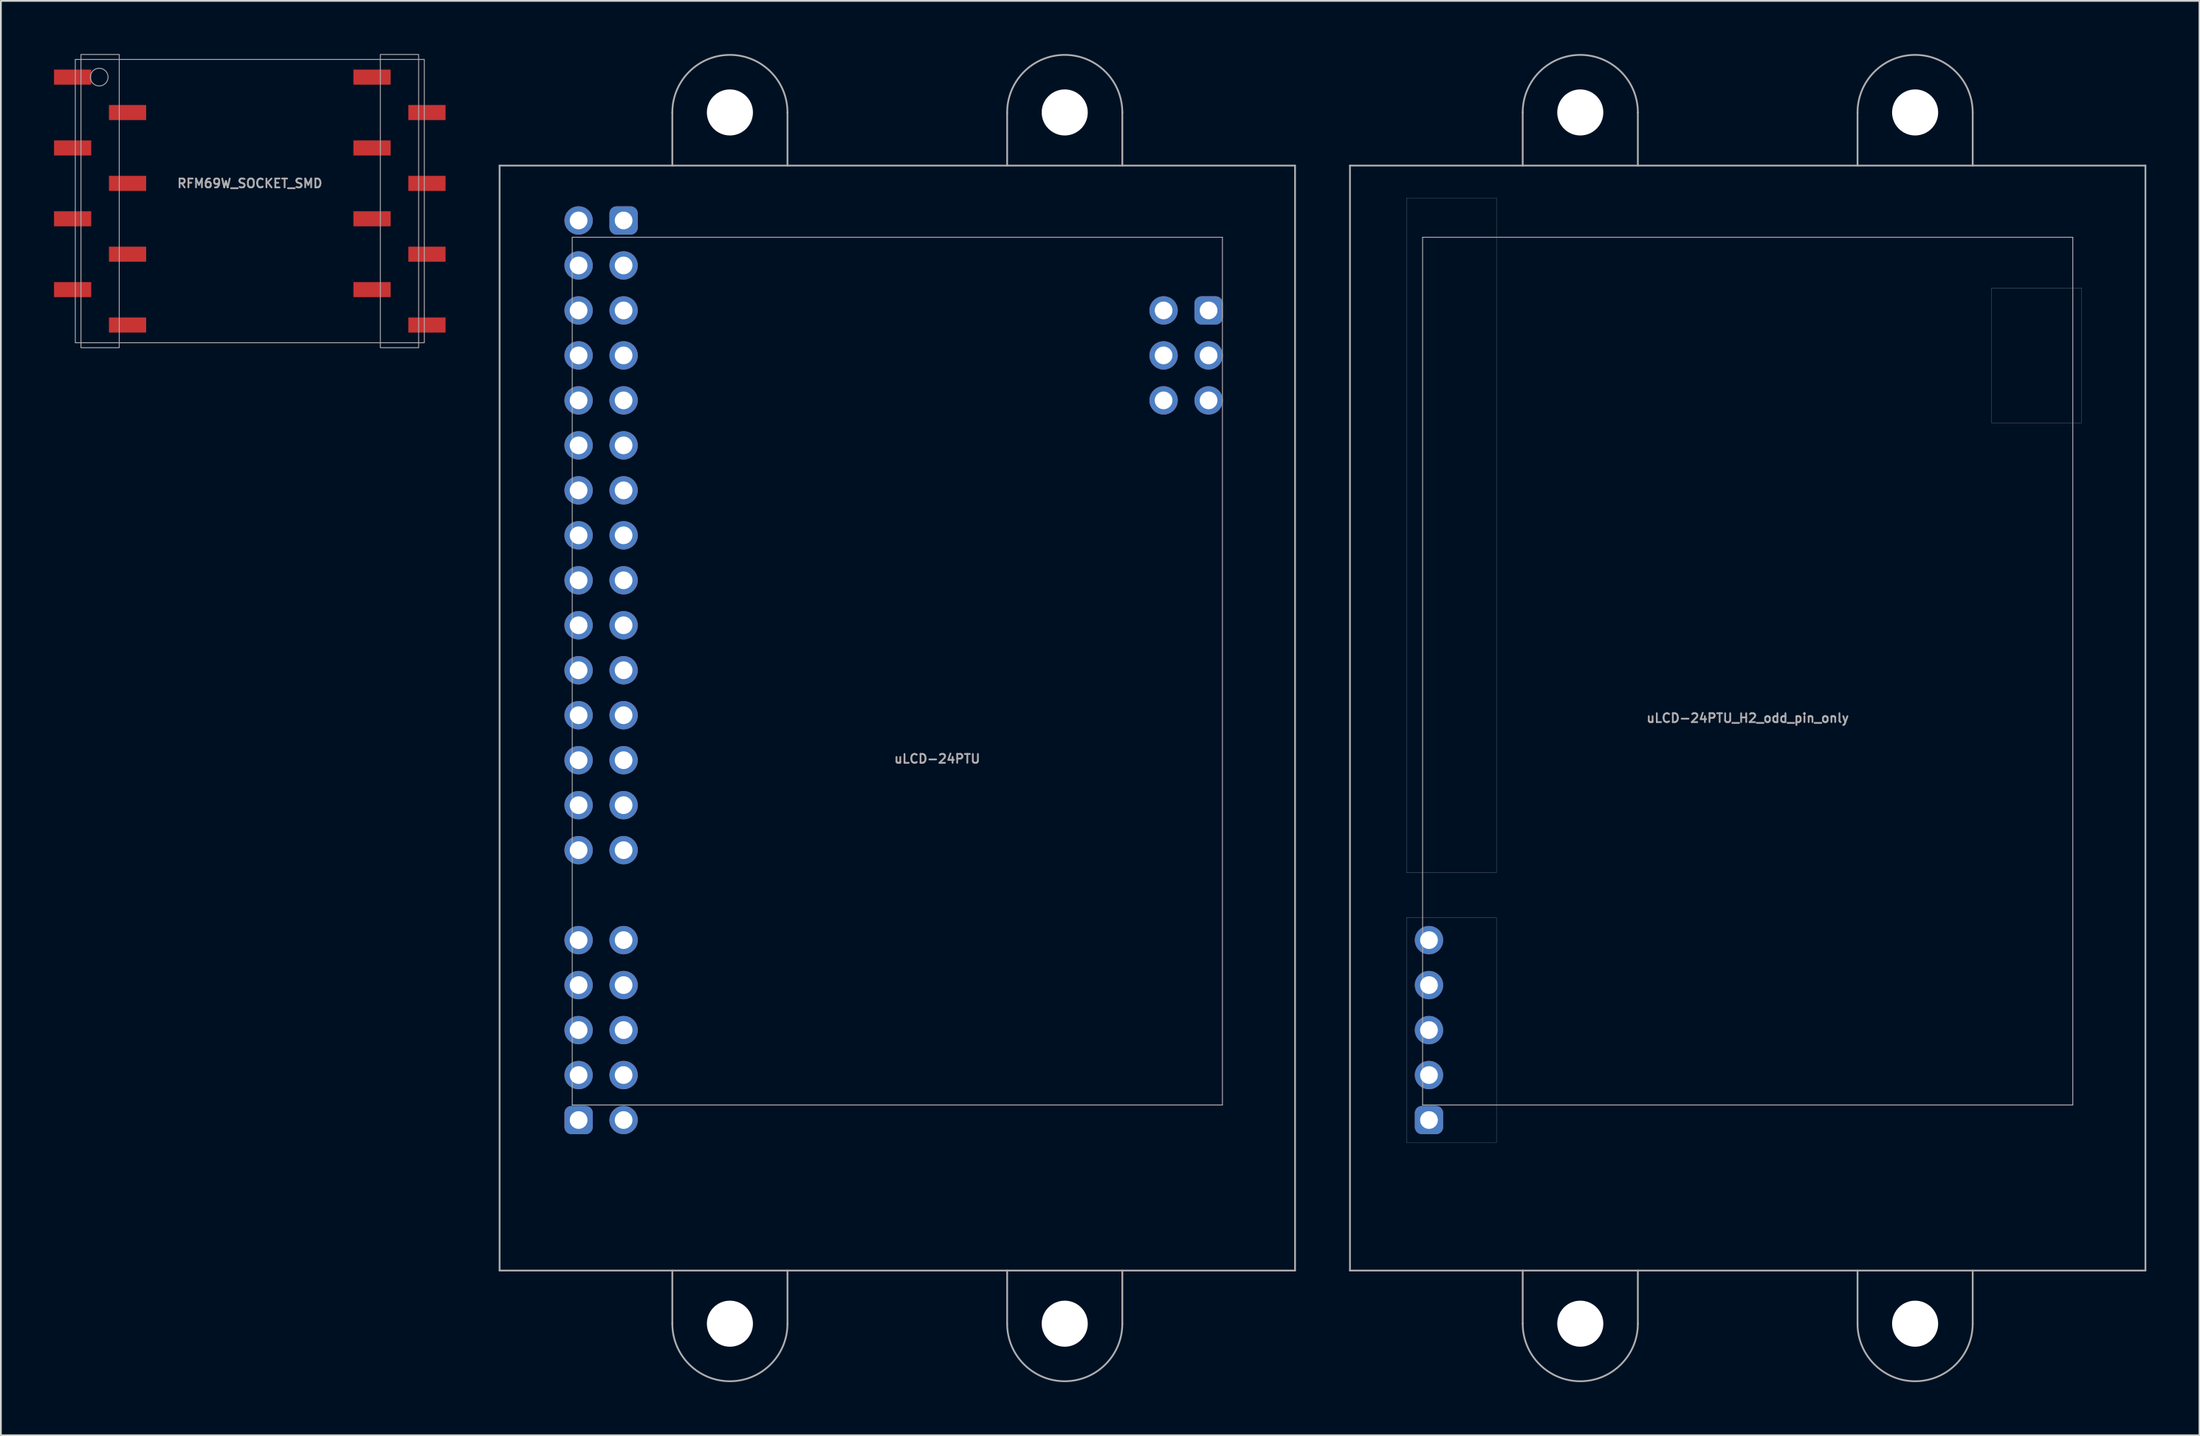
<source format=kicad_pcb>
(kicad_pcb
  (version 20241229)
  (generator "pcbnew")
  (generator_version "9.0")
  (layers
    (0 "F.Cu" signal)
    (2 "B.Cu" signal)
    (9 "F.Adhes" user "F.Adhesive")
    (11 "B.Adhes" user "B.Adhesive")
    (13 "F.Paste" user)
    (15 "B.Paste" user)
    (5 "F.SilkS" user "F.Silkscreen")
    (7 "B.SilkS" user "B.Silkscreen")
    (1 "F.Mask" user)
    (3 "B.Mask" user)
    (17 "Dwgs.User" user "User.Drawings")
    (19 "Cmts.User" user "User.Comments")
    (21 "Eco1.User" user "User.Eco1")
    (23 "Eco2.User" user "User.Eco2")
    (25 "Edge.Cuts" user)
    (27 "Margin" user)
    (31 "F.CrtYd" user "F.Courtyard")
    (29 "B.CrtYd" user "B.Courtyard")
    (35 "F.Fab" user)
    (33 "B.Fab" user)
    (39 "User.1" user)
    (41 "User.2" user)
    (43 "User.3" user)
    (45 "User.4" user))
  (footprint "uLCD-24PTU_H2_odd_pin_only"
    (layer "F.Cu")
    (at 95.6 37.5)
    (property "Reference" "uLCD-24PTU_H2_odd_pin_only" (at 0 0 0) (layer "F.Fab") (effects (font (size 0.5 0.5) (thickness 0.1))))
    (attr through_hole)
    (fp_line (start -22.45 -31.2) (end 22.45 -31.2) (stroke (width 0.1) (type solid)) (layer "F.Fab"))
    (fp_line (start -22.45 31.2) (end -22.45 -31.2) (stroke (width 0.1) (type solid)) (layer "F.Fab"))
    (fp_line (start -19.26 -29.37) (end -14.18 -29.37) (stroke (width 0.01) (type solid)) (layer "F.Fab"))
    (fp_line (start -19.26 -29.37) (end -19.26 8.73) (stroke (width 0.01) (type solid)) (layer "F.Fab"))
    (fp_line (start -19.26 8.73) (end -14.18 8.73) (stroke (width 0.01) (type solid)) (layer "F.Fab"))
    (fp_line (start -19.26 11.27) (end -14.18 11.27) (stroke (width 0.01) (type solid)) (layer "F.Fab"))
    (fp_line (start -19.26 23.97) (end -19.26 11.27) (stroke (width 0.01) (type solid)) (layer "F.Fab"))
    (fp_line (start -18.35 -27.15) (end 18.35 -27.15) (stroke (width 0.05) (type solid)) (layer "F.Fab"))
    (fp_line (start -18.35 21.85) (end -18.35 -27.15) (stroke (width 0.05) (type solid)) (layer "F.Fab"))
    (fp_line (start -14.18 -29.37) (end -14.18 8.73) (stroke (width 0.01) (type solid)) (layer "F.Fab"))
    (fp_line (start -14.18 11.27) (end -14.18 23.97) (stroke (width 0.01) (type solid)) (layer "F.Fab"))
    (fp_line (start -14.18 23.97) (end -19.26 23.97) (stroke (width 0.01) (type solid)) (layer "F.Fab"))
    (fp_line (start -12.7 -34.2) (end -12.7 -31.2) (stroke (width 0.1) (type solid)) (layer "F.Fab"))
    (fp_line (start -12.7 34.2) (end -12.7 31.2) (stroke (width 0.1) (type solid)) (layer "F.Fab"))
    (fp_line (start -6.2 -34.2) (end -6.2 -31.2) (stroke (width 0.1) (type solid)) (layer "F.Fab"))
    (fp_line (start -6.2 34.2) (end -6.2 31.2) (stroke (width 0.1) (type solid)) (layer "F.Fab"))
    (fp_line (start 6.2 -34.2) (end 6.2 -31.2) (stroke (width 0.1) (type solid)) (layer "F.Fab"))
    (fp_line (start 6.2 34.2) (end 6.2 31.2) (stroke (width 0.1) (type solid)) (layer "F.Fab"))
    (fp_line (start 12.7 -34.2) (end 12.7 -31.2) (stroke (width 0.1) (type solid)) (layer "F.Fab"))
    (fp_line (start 12.7 34.2) (end 12.7 31.2) (stroke (width 0.1) (type solid)) (layer "F.Fab"))
    (fp_line (start 13.76 -24.29) (end 18.84 -24.29) (stroke (width 0.01) (type solid)) (layer "F.Fab"))
    (fp_line (start 13.76 -16.67) (end 13.76 -24.29) (stroke (width 0.01) (type solid)) (layer "F.Fab"))
    (fp_line (start 18.35 -27.15) (end 18.35 21.85) (stroke (width 0.05) (type solid)) (layer "F.Fab"))
    (fp_line (start 18.35 21.85) (end -18.35 21.85) (stroke (width 0.05) (type solid)) (layer "F.Fab"))
    (fp_line (start 18.84 -24.29) (end 18.84 -16.67) (stroke (width 0.01) (type solid)) (layer "F.Fab"))
    (fp_line (start 18.84 -16.67) (end 13.76 -16.67) (stroke (width 0.01) (type solid)) (layer "F.Fab"))
    (fp_line (start 22.45 -31.2) (end 22.45 31.2) (stroke (width 0.1) (type solid)) (layer "F.Fab"))
    (fp_line (start 22.45 31.2) (end -22.45 31.2) (stroke (width 0.1) (type solid)) (layer "F.Fab"))
    (fp_arc (start -12.7 -34.2) (mid -9.45 -37.45) (end -6.2 -34.2) (stroke (width 0.1) (type solid)) (layer "F.Fab"))
    (fp_arc (start -6.2 34.2) (mid -9.45 37.45) (end -12.7 34.2) (stroke (width 0.1) (type solid)) (layer "F.Fab"))
    (fp_arc (start 6.2 -34.2) (mid 9.45 -37.45) (end 12.7 -34.2) (stroke (width 0.1) (type solid)) (layer "F.Fab"))
    (fp_arc (start 12.7 34.2) (mid 9.45 37.45) (end 6.2 34.2) (stroke (width 0.1) (type solid)) (layer "F.Fab"))
    (pad "" np_thru_hole circle (at -9.45 -34.2) (size 2.6 2.6) (drill 2.6) (layers "*.Cu" "*.Mask"))
    (pad "" np_thru_hole circle (at -9.45 34.2) (size 2.6 2.6) (drill 2.6) (layers "*.Cu" "*.Mask"))
    (pad "" np_thru_hole circle (at 9.45 -34.2) (size 2.6 2.6) (drill 2.6) (layers "*.Cu" "*.Mask"))
    (pad "" np_thru_hole circle (at 9.45 34.2) (size 2.6 2.6) (drill 2.6) (layers "*.Cu" "*.Mask"))
    (pad "H2-1" thru_hole roundrect (at -17.99 22.7) (size 1.6 1.6) (drill 1) (layers "*.Cu" "*.Mask") (roundrect_rratio 0.25))
    (pad "H2-3" thru_hole circle (at -17.99 20.16) (size 1.6 1.6) (drill 1) (layers "*.Cu" "*.Mask"))
    (pad "H2-5" thru_hole circle (at -17.99 17.62) (size 1.6 1.6) (drill 1) (layers "*.Cu" "*.Mask"))
    (pad "H2-7" thru_hole circle (at -17.99 15.08) (size 1.6 1.6) (drill 1) (layers "*.Cu" "*.Mask"))
    (pad "H2-9" thru_hole circle (at -17.99 12.54) (size 1.6 1.6) (drill 1) (layers "*.Cu" "*.Mask")))
  (footprint "uLCD-24PTU"
    (layer "F.Cu")
    (at 47.6 37.5)
    (property "Reference" "uLCD-24PTU" (at 2.25 2.3 0) (layer "F.Fab") (effects (font (size 0.5 0.5) (thickness 0.1))))
    (attr through_hole)
    (fp_line (start -22.45 -31.2) (end 22.45 -31.2) (stroke (width 0.1) (type solid)) (layer "F.Fab"))
    (fp_line (start -22.45 31.2) (end -22.45 -31.2) (stroke (width 0.1) (type solid)) (layer "F.Fab"))
    (fp_line (start -18.35 -27.15) (end 18.35 -27.15) (stroke (width 0.05) (type solid)) (layer "F.Fab"))
    (fp_line (start -18.35 21.85) (end -18.35 -27.15) (stroke (width 0.05) (type solid)) (layer "F.Fab"))
    (fp_line (start -12.7 -34.2) (end -12.7 -31.2) (stroke (width 0.1) (type solid)) (layer "F.Fab"))
    (fp_line (start -12.7 34.2) (end -12.7 31.2) (stroke (width 0.1) (type solid)) (layer "F.Fab"))
    (fp_line (start -6.2 -34.2) (end -6.2 -31.2) (stroke (width 0.1) (type solid)) (layer "F.Fab"))
    (fp_line (start -6.2 34.2) (end -6.2 31.2) (stroke (width 0.1) (type solid)) (layer "F.Fab"))
    (fp_line (start 6.2 -34.2) (end 6.2 -31.2) (stroke (width 0.1) (type solid)) (layer "F.Fab"))
    (fp_line (start 6.2 34.2) (end 6.2 31.2) (stroke (width 0.1) (type solid)) (layer "F.Fab"))
    (fp_line (start 12.7 -34.2) (end 12.7 -31.2) (stroke (width 0.1) (type solid)) (layer "F.Fab"))
    (fp_line (start 12.7 34.2) (end 12.7 31.2) (stroke (width 0.1) (type solid)) (layer "F.Fab"))
    (fp_line (start 18.35 -27.15) (end 18.35 21.85) (stroke (width 0.05) (type solid)) (layer "F.Fab"))
    (fp_line (start 18.35 21.85) (end -18.35 21.85) (stroke (width 0.05) (type solid)) (layer "F.Fab"))
    (fp_line (start 22.45 -31.2) (end 22.45 31.2) (stroke (width 0.1) (type solid)) (layer "F.Fab"))
    (fp_line (start 22.45 31.2) (end -22.45 31.2) (stroke (width 0.1) (type solid)) (layer "F.Fab"))
    (fp_arc (start -12.7 -34.2) (mid -9.45 -37.45) (end -6.2 -34.2) (stroke (width 0.1) (type solid)) (layer "F.Fab"))
    (fp_arc (start -6.2 34.2) (mid -9.45 37.45) (end -12.7 34.2) (stroke (width 0.1) (type solid)) (layer "F.Fab"))
    (fp_arc (start 6.2 -34.2) (mid 9.45 -37.45) (end 12.7 -34.2) (stroke (width 0.1) (type solid)) (layer "F.Fab"))
    (fp_arc (start 12.7 34.2) (mid 9.45 37.45) (end 6.2 34.2) (stroke (width 0.1) (type solid)) (layer "F.Fab"))
    (pad "" np_thru_hole circle (at -9.45 -34.2) (size 2.6 2.6) (drill 2.6) (layers "*.Cu" "*.Mask"))
    (pad "" np_thru_hole circle (at -9.45 34.2) (size 2.6 2.6) (drill 2.6) (layers "*.Cu" "*.Mask"))
    (pad "" np_thru_hole circle (at 9.45 -34.2) (size 2.6 2.6) (drill 2.6) (layers "*.Cu" "*.Mask"))
    (pad "" np_thru_hole circle (at 9.45 34.2) (size 2.6 2.6) (drill 2.6) (layers "*.Cu" "*.Mask"))
    (pad "H1-1" thru_hole roundrect (at -15.45 -28.1) (size 1.6 1.6) (drill 1) (layers "*.Cu" "*.Mask") (roundrect_rratio 0.25))
    (pad "H1-2" thru_hole circle (at -17.99 -28.1) (size 1.6 1.6) (drill 1) (layers "*.Cu" "*.Mask"))
    (pad "H1-3" thru_hole circle (at -15.45 -25.56) (size 1.6 1.6) (drill 1) (layers "*.Cu" "*.Mask"))
    (pad "H1-4" thru_hole circle (at -17.99 -25.56) (size 1.6 1.6) (drill 1) (layers "*.Cu" "*.Mask"))
    (pad "H1-5" thru_hole circle (at -15.45 -23.02) (size 1.6 1.6) (drill 1) (layers "*.Cu" "*.Mask"))
    (pad "H1-6" thru_hole circle (at -17.99 -23.02) (size 1.6 1.6) (drill 1) (layers "*.Cu" "*.Mask"))
    (pad "H1-7" thru_hole circle (at -15.45 -20.48) (size 1.6 1.6) (drill 1) (layers "*.Cu" "*.Mask"))
    (pad "H1-8" thru_hole circle (at -17.99 -20.48) (size 1.6 1.6) (drill 1) (layers "*.Cu" "*.Mask"))
    (pad "H1-9" thru_hole circle (at -15.45 -17.94) (size 1.6 1.6) (drill 1) (layers "*.Cu" "*.Mask"))
    (pad "H1-10" thru_hole circle (at -17.99 -17.94) (size 1.6 1.6) (drill 1) (layers "*.Cu" "*.Mask"))
    (pad "H1-11" thru_hole circle (at -15.45 -15.4) (size 1.6 1.6) (drill 1) (layers "*.Cu" "*.Mask"))
    (pad "H1-12" thru_hole circle (at -17.99 -15.4) (size 1.6 1.6) (drill 1) (layers "*.Cu" "*.Mask"))
    (pad "H1-13" thru_hole circle (at -15.45 -12.86) (size 1.6 1.6) (drill 1) (layers "*.Cu" "*.Mask"))
    (pad "H1-14" thru_hole circle (at -17.99 -12.86) (size 1.6 1.6) (drill 1) (layers "*.Cu" "*.Mask"))
    (pad "H1-15" thru_hole circle (at -15.45 -10.32) (size 1.6 1.6) (drill 1) (layers "*.Cu" "*.Mask"))
    (pad "H1-16" thru_hole circle (at -17.99 -10.32) (size 1.6 1.6) (drill 1) (layers "*.Cu" "*.Mask"))
    (pad "H1-17" thru_hole circle (at -15.45 -7.78) (size 1.6 1.6) (drill 1) (layers "*.Cu" "*.Mask"))
    (pad "H1-18" thru_hole circle (at -17.99 -7.78) (size 1.6 1.6) (drill 1) (layers "*.Cu" "*.Mask"))
    (pad "H1-19" thru_hole circle (at -15.45 -5.24) (size 1.6 1.6) (drill 1) (layers "*.Cu" "*.Mask"))
    (pad "H1-20" thru_hole circle (at -17.99 -5.24) (size 1.6 1.6) (drill 1) (layers "*.Cu" "*.Mask"))
    (pad "H1-21" thru_hole circle (at -15.45 -2.7) (size 1.6 1.6) (drill 1) (layers "*.Cu" "*.Mask"))
    (pad "H1-22" thru_hole circle (at -17.99 -2.7) (size 1.6 1.6) (drill 1) (layers "*.Cu" "*.Mask"))
    (pad "H1-23" thru_hole circle (at -15.45 -0.16) (size 1.6 1.6) (drill 1) (layers "*.Cu" "*.Mask"))
    (pad "H1-24" thru_hole circle (at -17.99 -0.16) (size 1.6 1.6) (drill 1) (layers "*.Cu" "*.Mask"))
    (pad "H1-25" thru_hole circle (at -15.45 2.38) (size 1.6 1.6) (drill 1) (layers "*.Cu" "*.Mask"))
    (pad "H1-26" thru_hole circle (at -17.99 2.38) (size 1.6 1.6) (drill 1) (layers "*.Cu" "*.Mask"))
    (pad "H1-27" thru_hole circle (at -15.45 4.92) (size 1.6 1.6) (drill 1) (layers "*.Cu" "*.Mask"))
    (pad "H1-28" thru_hole circle (at -17.99 4.92) (size 1.6 1.6) (drill 1) (layers "*.Cu" "*.Mask"))
    (pad "H1-29" thru_hole circle (at -15.45 7.46) (size 1.6 1.6) (drill 1) (layers "*.Cu" "*.Mask"))
    (pad "H1-30" thru_hole circle (at -17.99 7.46) (size 1.6 1.6) (drill 1) (layers "*.Cu" "*.Mask"))
    (pad "H2-1" thru_hole roundrect (at -17.99 22.7) (size 1.6 1.6) (drill 1) (layers "*.Cu" "*.Mask") (roundrect_rratio 0.25))
    (pad "H2-2" thru_hole circle (at -15.45 22.7) (size 1.6 1.6) (drill 1) (layers "*.Cu" "*.Mask"))
    (pad "H2-3" thru_hole circle (at -17.99 20.16) (size 1.6 1.6) (drill 1) (layers "*.Cu" "*.Mask"))
    (pad "H2-4" thru_hole circle (at -15.45 20.16) (size 1.6 1.6) (drill 1) (layers "*.Cu" "*.Mask"))
    (pad "H2-5" thru_hole circle (at -17.99 17.62) (size 1.6 1.6) (drill 1) (layers "*.Cu" "*.Mask"))
    (pad "H2-6" thru_hole circle (at -15.45 17.62) (size 1.6 1.6) (drill 1) (layers "*.Cu" "*.Mask"))
    (pad "H2-7" thru_hole circle (at -17.99 15.08) (size 1.6 1.6) (drill 1) (layers "*.Cu" "*.Mask"))
    (pad "H2-8" thru_hole circle (at -15.45 15.08) (size 1.6 1.6) (drill 1) (layers "*.Cu" "*.Mask"))
    (pad "H2-9" thru_hole circle (at -17.99 12.54) (size 1.6 1.6) (drill 1) (layers "*.Cu" "*.Mask"))
    (pad "H2-10" thru_hole circle (at -15.45 12.54) (size 1.6 1.6) (drill 1) (layers "*.Cu" "*.Mask"))
    (pad "P1-1" thru_hole roundrect (at 17.57 -23.02) (size 1.6 1.6) (drill 1) (layers "*.Cu" "*.Mask") (roundrect_rratio 0.25))
    (pad "P1-2" thru_hole circle (at 15.03 -23.02) (size 1.6 1.6) (drill 1) (layers "*.Cu" "*.Mask"))
    (pad "P1-3" thru_hole circle (at 17.57 -20.48) (size 1.6 1.6) (drill 1) (layers "*.Cu" "*.Mask"))
    (pad "P1-4" thru_hole circle (at 15.03 -20.48) (size 1.6 1.6) (drill 1) (layers "*.Cu" "*.Mask"))
    (pad "P1-5" thru_hole circle (at 17.57 -17.94) (size 1.6 1.6) (drill 1) (layers "*.Cu" "*.Mask"))
    (pad "P1-6" thru_hole circle (at 15.03 -17.94) (size 1.6 1.6) (drill 1) (layers "*.Cu" "*.Mask")))
  (footprint "RFM69W_SOCKET_SMD"
    (layer "F.Cu")
    (at 11.05 8.305)
    (property "Reference" "RFM69W_SOCKET_SMD" (at 0 -1 0) (layer "F.Fab") (effects (font (size 0.5 0.5) (thickness 0.1))))
    (attr smd)
    (fp_rect (start -9.85 -8) (end 9.85 8) (stroke (width 0.05) (type solid)) (fill no) (layer "F.Fab"))
    (fp_rect (start -9.53 -8.28) (end -7.37 8.28) (stroke (width 0.05) (type solid)) (fill no) (layer "F.Fab"))
    (fp_rect (start 7.37 -8.28) (end 9.53 8.28) (stroke (width 0.05) (type solid)) (fill no) (layer "F.Fab"))
    (fp_circle (center -8.5 -7) (end -8 -7) (stroke (width 0.05) (type solid)) (fill no) (layer "F.Fab"))
    (pad "1" smd rect (at -10 -7) (size 2.1 0.85) (layers "F.Cu" "F.Mask" "F.Paste"))
    (pad "2" smd rect (at -6.9 -5) (size 2.1 0.85) (layers "F.Cu" "F.Mask" "F.Paste"))
    (pad "3" smd rect (at -10 -3) (size 2.1 0.85) (layers "F.Cu" "F.Mask" "F.Paste"))
    (pad "4" smd rect (at -6.9 -1) (size 2.1 0.85) (layers "F.Cu" "F.Mask" "F.Paste"))
    (pad "5" smd rect (at -10 1) (size 2.1 0.85) (layers "F.Cu" "F.Mask" "F.Paste"))
    (pad "6" smd rect (at -6.9 3) (size 2.1 0.85) (layers "F.Cu" "F.Mask" "F.Paste"))
    (pad "7" smd rect (at -10 5) (size 2.1 0.85) (layers "F.Cu" "F.Mask" "F.Paste"))
    (pad "8" smd rect (at -6.9 7) (size 2.1 0.85) (layers "F.Cu" "F.Mask" "F.Paste"))
    (pad "9" smd rect (at 10 7) (size 2.1 0.85) (layers "F.Cu" "F.Mask" "F.Paste"))
    (pad "10" smd rect (at 6.9 5) (size 2.1 0.85) (layers "F.Cu" "F.Mask" "F.Paste"))
    (pad "11" smd rect (at 10 3) (size 2.1 0.85) (layers "F.Cu" "F.Mask" "F.Paste"))
    (pad "12" smd rect (at 6.9 1) (size 2.1 0.85) (layers "F.Cu" "F.Mask" "F.Paste"))
    (pad "13" smd rect (at 10 -1) (size 2.1 0.85) (layers "F.Cu" "F.Mask" "F.Paste"))
    (pad "14" smd rect (at 6.9 -3) (size 2.1 0.85) (layers "F.Cu" "F.Mask" "F.Paste"))
    (pad "15" smd rect (at 10 -5) (size 2.1 0.85) (layers "F.Cu" "F.Mask" "F.Paste"))
    (pad "16" smd rect (at 6.9 -7) (size 2.1 0.85) (layers "F.Cu" "F.Mask" "F.Paste")))
  (gr_rect
    (start -3 -3)
    (end 121.1 78)
    (stroke (width 0.1) (type default))
    (fill no)
    (layer "Edge.Cuts")))
</source>
